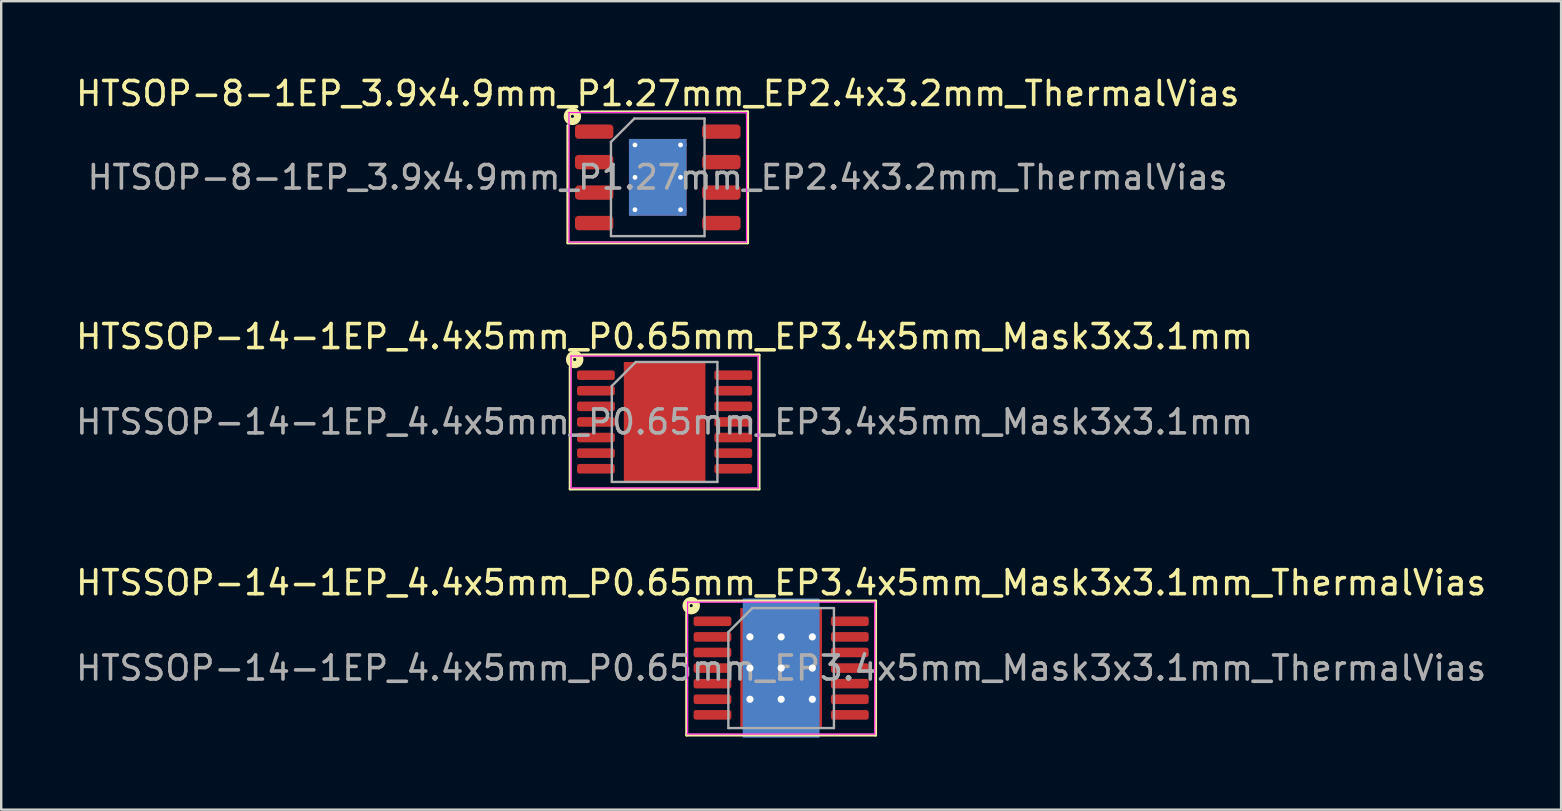
<source format=kicad_pcb>
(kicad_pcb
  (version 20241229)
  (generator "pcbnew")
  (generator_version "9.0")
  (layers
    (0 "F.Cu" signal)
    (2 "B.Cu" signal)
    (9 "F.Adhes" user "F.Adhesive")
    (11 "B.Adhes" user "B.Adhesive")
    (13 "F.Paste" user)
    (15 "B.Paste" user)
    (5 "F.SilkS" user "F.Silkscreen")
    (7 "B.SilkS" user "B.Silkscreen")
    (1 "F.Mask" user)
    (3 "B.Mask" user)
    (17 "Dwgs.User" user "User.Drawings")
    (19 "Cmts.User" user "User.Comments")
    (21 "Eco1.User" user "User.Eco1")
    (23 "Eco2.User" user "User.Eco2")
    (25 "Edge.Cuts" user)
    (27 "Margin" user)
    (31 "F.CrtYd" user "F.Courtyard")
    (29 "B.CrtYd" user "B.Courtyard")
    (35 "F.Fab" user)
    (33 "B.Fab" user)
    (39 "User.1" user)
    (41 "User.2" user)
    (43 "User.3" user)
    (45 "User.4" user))
  (footprint "HTSOP-8-1EP_3.9x4.9mm_P1.27mm_EP2.4x3.2mm_ThermalVias"
    (layer "F.Cu")
    (at 24.363 4.341)
    (property "Reference" "HTSOP-8-1EP_3.9x4.9mm_P1.27mm_EP2.4x3.2mm_ThermalVias" (at 0 -3.493 0) (layer "F.SilkS") (effects (font (size 1 1) (thickness 0.15))))
    (attr smd)
    (fp_line (start -3.747 2.731) (end -3.747 -2.159) (stroke (width 0.12) (type solid)) (layer "F.SilkS"))
    (fp_line (start -3.175 -2.731) (end 3.683 -2.731) (stroke (width 0.12) (type solid)) (layer "F.SilkS"))
    (fp_line (start 3.683 -2.731) (end 3.747 -2.731) (stroke (width 0.12) (type solid)) (layer "F.SilkS"))
    (fp_line (start 3.747 -2.731) (end 3.747 2.731) (stroke (width 0.12) (type solid)) (layer "F.SilkS"))
    (fp_line (start 3.747 2.731) (end -3.747 2.731) (stroke (width 0.12) (type solid)) (layer "F.SilkS"))
    (fp_circle (center -3.556 -2.54) (end -3.493 -2.54) (stroke (width 0.3) (type solid)) (fill no) (layer "F.SilkS"))
    (fp_line (start -3.7 -2.7) (end -3.7 2.7) (stroke (width 0.05) (type solid)) (layer "F.CrtYd"))
    (fp_line (start -3.7 2.7) (end 3.7 2.7) (stroke (width 0.05) (type solid)) (layer "F.CrtYd"))
    (fp_line (start 3.7 -2.7) (end -3.7 -2.7) (stroke (width 0.05) (type solid)) (layer "F.CrtYd"))
    (fp_line (start 3.7 2.7) (end 3.7 -2.7) (stroke (width 0.05) (type solid)) (layer "F.CrtYd"))
    (fp_line (start -1.95 -1.475) (end -0.975 -2.45) (stroke (width 0.1) (type solid)) (layer "F.Fab"))
    (fp_line (start -1.95 2.45) (end -1.95 -1.475) (stroke (width 0.1) (type solid)) (layer "F.Fab"))
    (fp_line (start -0.975 -2.45) (end 1.95 -2.45) (stroke (width 0.1) (type solid)) (layer "F.Fab"))
    (fp_line (start 1.95 -2.45) (end 1.95 2.45) (stroke (width 0.1) (type solid)) (layer "F.Fab"))
    (fp_line (start 1.95 2.45) (end -1.95 2.45) (stroke (width 0.1) (type solid)) (layer "F.Fab"))
    (fp_text user "${REFERENCE}" (at 0 0 0) (layer "F.Fab") (effects (font (size 0.98 0.98) (thickness 0.15))))
    (pad "" smd roundrect (at -0.6 -0.8) (size 0.97 1.29) (layers "F.Paste") (roundrect_rratio 0.25))
    (pad "" smd roundrect (at -0.6 0.8) (size 0.97 1.29) (layers "F.Paste") (roundrect_rratio 0.25))
    (pad "" smd roundrect (at 0.6 -0.8) (size 0.97 1.29) (layers "F.Paste") (roundrect_rratio 0.25))
    (pad "" smd roundrect (at 0.6 0.8) (size 0.97 1.29) (layers "F.Paste") (roundrect_rratio 0.25))
    (pad "1" smd roundrect (at -2.65 -1.905) (size 1.6 0.6) (layers "F.Cu" "F.Mask" "F.Paste") (roundrect_rratio 0.25))
    (pad "2" smd roundrect (at -2.65 -0.635) (size 1.6 0.6) (layers "F.Cu" "F.Mask" "F.Paste") (roundrect_rratio 0.25))
    (pad "3" smd roundrect (at -2.65 0.635) (size 1.6 0.6) (layers "F.Cu" "F.Mask" "F.Paste") (roundrect_rratio 0.25))
    (pad "4" smd roundrect (at -2.65 1.905) (size 1.6 0.6) (layers "F.Cu" "F.Mask" "F.Paste") (roundrect_rratio 0.25))
    (pad "5" smd roundrect (at 2.65 1.905) (size 1.6 0.6) (layers "F.Cu" "F.Mask" "F.Paste") (roundrect_rratio 0.25))
    (pad "6" smd roundrect (at 2.65 0.635) (size 1.6 0.6) (layers "F.Cu" "F.Mask" "F.Paste") (roundrect_rratio 0.25))
    (pad "7" smd roundrect (at 2.65 -0.635) (size 1.6 0.6) (layers "F.Cu" "F.Mask" "F.Paste") (roundrect_rratio 0.25))
    (pad "8" smd roundrect (at 2.65 -1.905) (size 1.6 0.6) (layers "F.Cu" "F.Mask" "F.Paste") (roundrect_rratio 0.25))
    (pad "9" thru_hole circle (at -0.95 -1.35) (size 0.5 0.5) (drill 0.2) (layers "*.Cu"))
    (pad "9" thru_hole circle (at -0.95 0) (size 0.5 0.5) (drill 0.2) (layers "*.Cu"))
    (pad "9" thru_hole circle (at -0.95 1.35) (size 0.5 0.5) (drill 0.2) (layers "*.Cu"))
    (pad "9" smd rect (at 0 0) (size 2.4 3.2) (layers "F.Cu" "F.Mask"))
    (pad "9" smd rect (at 0 0) (size 2.4 3.2) (layers "B.Cu" "B.Mask"))
    (pad "9" thru_hole circle (at 0.95 -1.35) (size 0.5 0.5) (drill 0.2) (layers "*.Cu"))
    (pad "9" thru_hole circle (at 0.95 0) (size 0.5 0.5) (drill 0.2) (layers "*.Cu"))
    (pad "9" thru_hole circle (at 0.95 1.35) (size 0.5 0.5) (drill 0.2) (layers "*.Cu")))
  (footprint "HTSSOP-14-1EP_4.4x5mm_P0.65mm_EP3.4x5mm_Mask3x3.1mm"
    (layer "F.Cu")
    (at 24.649 14.536)
    (property "Reference" "HTSSOP-14-1EP_4.4x5mm_P0.65mm_EP3.4x5mm_Mask3x3.1mm" (at 0 -3.556 0) (layer "F.SilkS") (effects (font (size 1 1) (thickness 0.15))))
    (attr smd)
    (fp_line (start -3.937 -2.286) (end -3.937 2.794) (stroke (width 0.12) (type solid)) (layer "F.SilkS"))
    (fp_line (start -3.937 2.794) (end 3.937 2.794) (stroke (width 0.12) (type solid)) (layer "F.SilkS"))
    (fp_line (start 3.937 -2.794) (end -3.429 -2.794) (stroke (width 0.12) (type solid)) (layer "F.SilkS"))
    (fp_line (start 3.937 2.794) (end 3.937 -2.794) (stroke (width 0.12) (type solid)) (layer "F.SilkS"))
    (fp_circle (center -3.747 -2.603) (end -3.683 -2.603) (stroke (width 0.3) (type solid)) (fill no) (layer "F.SilkS"))
    (fp_line (start -3.9 -2.75) (end -3.9 2.75) (stroke (width 0.05) (type solid)) (layer "F.CrtYd"))
    (fp_line (start -3.9 2.75) (end 3.9 2.75) (stroke (width 0.05) (type solid)) (layer "F.CrtYd"))
    (fp_line (start 3.9 -2.75) (end -3.9 -2.75) (stroke (width 0.05) (type solid)) (layer "F.CrtYd"))
    (fp_line (start 3.9 2.75) (end 3.9 -2.75) (stroke (width 0.05) (type solid)) (layer "F.CrtYd"))
    (fp_line (start -2.2 -1.5) (end -1.2 -2.5) (stroke (width 0.1) (type solid)) (layer "F.Fab"))
    (fp_line (start -2.2 2.5) (end -2.2 -1.5) (stroke (width 0.1) (type solid)) (layer "F.Fab"))
    (fp_line (start -1.2 -2.5) (end 2.2 -2.5) (stroke (width 0.1) (type solid)) (layer "F.Fab"))
    (fp_line (start 2.2 -2.5) (end 2.2 2.5) (stroke (width 0.1) (type solid)) (layer "F.Fab"))
    (fp_line (start 2.2 2.5) (end -2.2 2.5) (stroke (width 0.1) (type solid)) (layer "F.Fab"))
    (fp_text user "${REFERENCE}" (at 0 0 0) (layer "F.Fab") (effects (font (size 1 1) (thickness 0.15))))
    (pad "" smd roundrect (at -0.75 -0.775) (size 1.21 1.25) (layers "F.Paste") (roundrect_rratio 0.207))
    (pad "" smd roundrect (at -0.75 0.775) (size 1.21 1.25) (layers "F.Paste") (roundrect_rratio 0.207))
    (pad "" smd rect (at 0 0) (size 3 3.1) (layers "F.Mask"))
    (pad "" smd roundrect (at 0.75 -0.775) (size 1.21 1.25) (layers "F.Paste") (roundrect_rratio 0.207))
    (pad "" smd roundrect (at 0.75 0.775) (size 1.21 1.25) (layers "F.Paste") (roundrect_rratio 0.207))
    (pad "1" smd roundrect (at -2.862 -1.95) (size 1.575 0.4) (layers "F.Cu" "F.Mask" "F.Paste") (roundrect_rratio 0.25))
    (pad "2" smd roundrect (at -2.862 -1.3) (size 1.575 0.4) (layers "F.Cu" "F.Mask" "F.Paste") (roundrect_rratio 0.25))
    (pad "3" smd roundrect (at -2.862 -0.65) (size 1.575 0.4) (layers "F.Cu" "F.Mask" "F.Paste") (roundrect_rratio 0.25))
    (pad "4" smd roundrect (at -2.862 0) (size 1.575 0.4) (layers "F.Cu" "F.Mask" "F.Paste") (roundrect_rratio 0.25))
    (pad "5" smd roundrect (at -2.862 0.65) (size 1.575 0.4) (layers "F.Cu" "F.Mask" "F.Paste") (roundrect_rratio 0.25))
    (pad "6" smd roundrect (at -2.862 1.3) (size 1.575 0.4) (layers "F.Cu" "F.Mask" "F.Paste") (roundrect_rratio 0.25))
    (pad "7" smd roundrect (at -2.862 1.95) (size 1.575 0.4) (layers "F.Cu" "F.Mask" "F.Paste") (roundrect_rratio 0.25))
    (pad "8" smd roundrect (at 2.862 1.95) (size 1.575 0.4) (layers "F.Cu" "F.Mask" "F.Paste") (roundrect_rratio 0.25))
    (pad "9" smd roundrect (at 2.862 1.3) (size 1.575 0.4) (layers "F.Cu" "F.Mask" "F.Paste") (roundrect_rratio 0.25))
    (pad "10" smd roundrect (at 2.862 0.65) (size 1.575 0.4) (layers "F.Cu" "F.Mask" "F.Paste") (roundrect_rratio 0.25))
    (pad "11" smd roundrect (at 2.862 0) (size 1.575 0.4) (layers "F.Cu" "F.Mask" "F.Paste") (roundrect_rratio 0.25))
    (pad "12" smd roundrect (at 2.862 -0.65) (size 1.575 0.4) (layers "F.Cu" "F.Mask" "F.Paste") (roundrect_rratio 0.25))
    (pad "13" smd roundrect (at 2.862 -1.3) (size 1.575 0.4) (layers "F.Cu" "F.Mask" "F.Paste") (roundrect_rratio 0.25))
    (pad "14" smd roundrect (at 2.862 -1.95) (size 1.575 0.4) (layers "F.Cu" "F.Mask" "F.Paste") (roundrect_rratio 0.25))
    (pad "15" smd rect (at 0 0) (size 3.4 5) (layers "F.Cu")))
  (footprint "HTSSOP-14-1EP_4.4x5mm_P0.65mm_EP3.4x5mm_Mask3x3.1mm_ThermalVias"
    (layer "F.Cu")
    (at 29.506 24.794)
    (property "Reference" "HTSSOP-14-1EP_4.4x5mm_P0.65mm_EP3.4x5mm_Mask3x3.1mm_ThermalVias" (at 0 -3.556 0) (layer "F.SilkS") (effects (font (size 1 1) (thickness 0.15))))
    (attr smd)
    (fp_line (start -3.937 -2.286) (end -3.937 2.794) (stroke (width 0.12) (type solid)) (layer "F.SilkS"))
    (fp_line (start -3.937 2.794) (end 3.937 2.794) (stroke (width 0.12) (type solid)) (layer "F.SilkS"))
    (fp_line (start 3.937 -2.794) (end -3.429 -2.794) (stroke (width 0.12) (type solid)) (layer "F.SilkS"))
    (fp_line (start 3.937 2.794) (end 3.937 -2.794) (stroke (width 0.12) (type solid)) (layer "F.SilkS"))
    (fp_circle (center -3.747 -2.603) (end -3.683 -2.603) (stroke (width 0.3) (type solid)) (fill no) (layer "F.SilkS"))
    (fp_line (start -3.9 -2.75) (end -3.9 2.75) (stroke (width 0.05) (type solid)) (layer "F.CrtYd"))
    (fp_line (start -3.9 2.75) (end 3.9 2.75) (stroke (width 0.05) (type solid)) (layer "F.CrtYd"))
    (fp_line (start 3.9 -2.75) (end -3.9 -2.75) (stroke (width 0.05) (type solid)) (layer "F.CrtYd"))
    (fp_line (start 3.9 2.75) (end 3.9 -2.75) (stroke (width 0.05) (type solid)) (layer "F.CrtYd"))
    (fp_line (start -2.2 -1.5) (end -1.2 -2.5) (stroke (width 0.1) (type solid)) (layer "F.Fab"))
    (fp_line (start -2.2 2.5) (end -2.2 -1.5) (stroke (width 0.1) (type solid)) (layer "F.Fab"))
    (fp_line (start -1.2 -2.5) (end 2.2 -2.5) (stroke (width 0.1) (type solid)) (layer "F.Fab"))
    (fp_line (start 2.2 -2.5) (end 2.2 2.5) (stroke (width 0.1) (type solid)) (layer "F.Fab"))
    (fp_line (start 2.2 2.5) (end -2.2 2.5) (stroke (width 0.1) (type solid)) (layer "F.Fab"))
    (fp_text user "${REFERENCE}" (at 0 0 0) (layer "F.Fab") (effects (font (size 1 1) (thickness 0.15))))
    (pad "" smd roundrect (at -0.75 -0.775) (size 1.21 1.25) (layers "F.Paste") (roundrect_rratio 0.207))
    (pad "" smd roundrect (at -0.75 0.775) (size 1.21 1.25) (layers "F.Paste") (roundrect_rratio 0.207))
    (pad "" smd rect (at 0 0) (size 3 3.1) (layers "F.Mask"))
    (pad "" smd roundrect (at 0.75 -0.775) (size 1.21 1.25) (layers "F.Paste") (roundrect_rratio 0.207))
    (pad "" smd roundrect (at 0.75 0.775) (size 1.21 1.25) (layers "F.Paste") (roundrect_rratio 0.207))
    (pad "1" smd roundrect (at -2.862 -1.95) (size 1.575 0.4) (layers "F.Cu" "F.Mask" "F.Paste") (roundrect_rratio 0.25))
    (pad "2" smd roundrect (at -2.862 -1.3) (size 1.575 0.4) (layers "F.Cu" "F.Mask" "F.Paste") (roundrect_rratio 0.25))
    (pad "3" smd roundrect (at -2.862 -0.65) (size 1.575 0.4) (layers "F.Cu" "F.Mask" "F.Paste") (roundrect_rratio 0.25))
    (pad "4" smd roundrect (at -2.862 0) (size 1.575 0.4) (layers "F.Cu" "F.Mask" "F.Paste") (roundrect_rratio 0.25))
    (pad "5" smd roundrect (at -2.862 0.65) (size 1.575 0.4) (layers "F.Cu" "F.Mask" "F.Paste") (roundrect_rratio 0.25))
    (pad "6" smd roundrect (at -2.862 1.3) (size 1.575 0.4) (layers "F.Cu" "F.Mask" "F.Paste") (roundrect_rratio 0.25))
    (pad "7" smd roundrect (at -2.862 1.95) (size 1.575 0.4) (layers "F.Cu" "F.Mask" "F.Paste") (roundrect_rratio 0.25))
    (pad "8" smd roundrect (at 2.862 1.95) (size 1.575 0.4) (layers "F.Cu" "F.Mask" "F.Paste") (roundrect_rratio 0.25))
    (pad "9" smd roundrect (at 2.862 1.3) (size 1.575 0.4) (layers "F.Cu" "F.Mask" "F.Paste") (roundrect_rratio 0.25))
    (pad "10" smd roundrect (at 2.862 0.65) (size 1.575 0.4) (layers "F.Cu" "F.Mask" "F.Paste") (roundrect_rratio 0.25))
    (pad "11" smd roundrect (at 2.862 0) (size 1.575 0.4) (layers "F.Cu" "F.Mask" "F.Paste") (roundrect_rratio 0.25))
    (pad "12" smd roundrect (at 2.862 -0.65) (size 1.575 0.4) (layers "F.Cu" "F.Mask" "F.Paste") (roundrect_rratio 0.25))
    (pad "13" smd roundrect (at 2.862 -1.3) (size 1.575 0.4) (layers "F.Cu" "F.Mask" "F.Paste") (roundrect_rratio 0.25))
    (pad "14" smd roundrect (at 2.862 -1.95) (size 1.575 0.4) (layers "F.Cu" "F.Mask" "F.Paste") (roundrect_rratio 0.25))
    (pad "15" thru_hole circle (at -1.3 -1.3) (size 0.6 0.6) (drill 0.3) (layers "*.Cu"))
    (pad "15" thru_hole circle (at -1.3 0) (size 0.6 0.6) (drill 0.3) (layers "*.Cu"))
    (pad "15" thru_hole circle (at -1.3 1.3) (size 0.6 0.6) (drill 0.3) (layers "*.Cu"))
    (pad "15" thru_hole circle (at 0 -1.3) (size 0.6 0.6) (drill 0.3) (layers "*.Cu"))
    (pad "15" thru_hole circle (at 0 0) (size 0.6 0.6) (drill 0.3) (layers "*.Cu"))
    (pad "15" smd rect (at 0 0) (size 3.2 5.8) (layers "B.Cu" "B.Mask"))
    (pad "15" smd rect (at 0 0) (size 3.4 5) (layers "F.Cu"))
    (pad "15" thru_hole circle (at 0 1.3) (size 0.6 0.6) (drill 0.3) (layers "*.Cu"))
    (pad "15" thru_hole circle (at 1.3 -1.3) (size 0.6 0.6) (drill 0.3) (layers "*.Cu"))
    (pad "15" thru_hole circle (at 1.3 0) (size 0.6 0.6) (drill 0.3) (layers "*.Cu"))
    (pad "15" thru_hole circle (at 1.3 1.3) (size 0.6 0.6) (drill 0.3) (layers "*.Cu")))
  (gr_rect
    (start -3 -3)
    (end 62.012 30.694)
    (stroke (width 0.1) (type default))
    (fill no)
    (layer "Edge.Cuts")))
</source>
